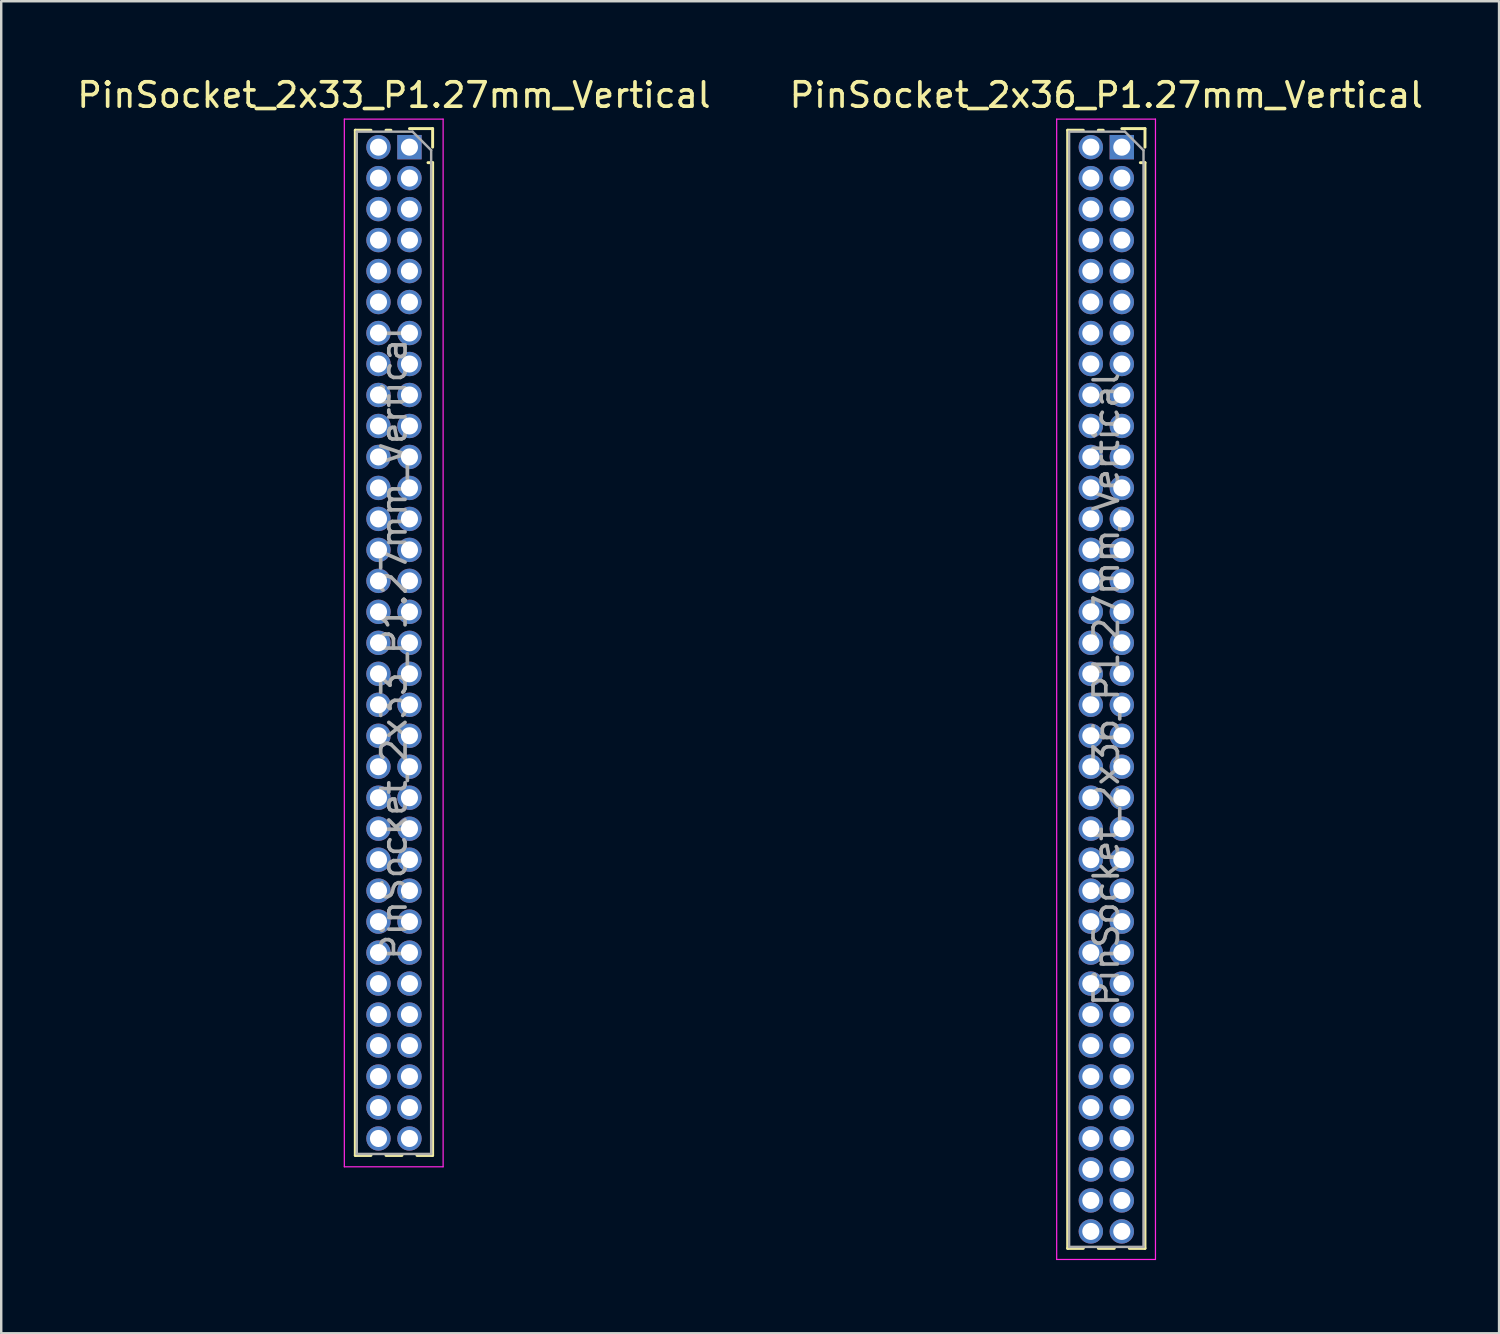
<source format=kicad_pcb>
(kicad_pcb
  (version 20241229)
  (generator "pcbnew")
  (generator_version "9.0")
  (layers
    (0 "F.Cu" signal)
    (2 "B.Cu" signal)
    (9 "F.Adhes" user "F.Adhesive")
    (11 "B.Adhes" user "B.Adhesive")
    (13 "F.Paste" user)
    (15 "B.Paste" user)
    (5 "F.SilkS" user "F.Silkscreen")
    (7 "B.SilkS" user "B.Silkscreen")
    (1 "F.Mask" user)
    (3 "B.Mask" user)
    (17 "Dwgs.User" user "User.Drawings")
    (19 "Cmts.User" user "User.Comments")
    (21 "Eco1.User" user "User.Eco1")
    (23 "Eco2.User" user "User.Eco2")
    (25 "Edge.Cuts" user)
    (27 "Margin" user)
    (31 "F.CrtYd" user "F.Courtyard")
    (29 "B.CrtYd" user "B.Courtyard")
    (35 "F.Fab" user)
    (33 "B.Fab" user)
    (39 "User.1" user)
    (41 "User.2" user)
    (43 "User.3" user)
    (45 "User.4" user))
  (footprint "PinSocket_2x36_P1.27mm_Vertical"
    (layer "F.Cu")
    (at 42.939 2.983)
    (property "Reference" "PinSocket_2x36_P1.27mm_Vertical" (at -0.635 -2.135 0) (layer "F.SilkS") (effects (font (size 1 1) (thickness 0.15))))
    (attr through_hole)
    (fp_line (start -2.22 -0.695) (end -2.22 45.145) (stroke (width 0.12) (type solid)) (layer "F.SilkS"))
    (fp_line (start -2.22 -0.695) (end -1.578 -0.695) (stroke (width 0.12) (type solid)) (layer "F.SilkS"))
    (fp_line (start -2.22 45.145) (end -1.578 45.145) (stroke (width 0.12) (type solid)) (layer "F.SilkS"))
    (fp_line (start -0.962 -0.695) (end -0.76 -0.695) (stroke (width 0.12) (type solid)) (layer "F.SilkS"))
    (fp_line (start -0.962 45.145) (end -0.308 45.145) (stroke (width 0.12) (type solid)) (layer "F.SilkS"))
    (fp_line (start 0 -0.76) (end 0.95 -0.76) (stroke (width 0.12) (type solid)) (layer "F.SilkS"))
    (fp_line (start 0.308 45.145) (end 0.95 45.145) (stroke (width 0.12) (type solid)) (layer "F.SilkS"))
    (fp_line (start 0.76 0.635) (end 0.95 0.635) (stroke (width 0.12) (type solid)) (layer "F.SilkS"))
    (fp_line (start 0.95 -0.76) (end 0.95 0) (stroke (width 0.12) (type solid)) (layer "F.SilkS"))
    (fp_line (start 0.95 0.635) (end 0.95 45.145) (stroke (width 0.12) (type solid)) (layer "F.SilkS"))
    (fp_line (start -2.67 -1.15) (end 1.38 -1.15) (stroke (width 0.05) (type solid)) (layer "F.CrtYd"))
    (fp_line (start -2.67 45.6) (end -2.67 -1.15) (stroke (width 0.05) (type solid)) (layer "F.CrtYd"))
    (fp_line (start 1.38 -1.15) (end 1.38 45.6) (stroke (width 0.05) (type solid)) (layer "F.CrtYd"))
    (fp_line (start 1.38 45.6) (end -2.67 45.6) (stroke (width 0.05) (type solid)) (layer "F.CrtYd"))
    (fp_line (start -2.16 -0.635) (end 0.128 -0.635) (stroke (width 0.1) (type solid)) (layer "F.Fab"))
    (fp_line (start -2.16 45.085) (end -2.16 -0.635) (stroke (width 0.1) (type solid)) (layer "F.Fab"))
    (fp_line (start 0.128 -0.635) (end 0.89 0.128) (stroke (width 0.1) (type solid)) (layer "F.Fab"))
    (fp_line (start 0.89 0.128) (end 0.89 45.085) (stroke (width 0.1) (type solid)) (layer "F.Fab"))
    (fp_line (start 0.89 45.085) (end -2.16 45.085) (stroke (width 0.1) (type solid)) (layer "F.Fab"))
    (fp_text user "${REFERENCE}" (at -0.635 22.225 90) (layer "F.Fab") (effects (font (size 1 1) (thickness 0.15))))
    (pad "1" thru_hole rect (at 0 0) (size 1 1) (drill 0.7) (layers "*.Cu" "*.Mask"))
    (pad "2" thru_hole oval (at -1.27 0) (size 1 1) (drill 0.7) (layers "*.Cu" "*.Mask"))
    (pad "3" thru_hole oval (at 0 1.27) (size 1 1) (drill 0.7) (layers "*.Cu" "*.Mask"))
    (pad "4" thru_hole oval (at -1.27 1.27) (size 1 1) (drill 0.7) (layers "*.Cu" "*.Mask"))
    (pad "5" thru_hole oval (at 0 2.54) (size 1 1) (drill 0.7) (layers "*.Cu" "*.Mask"))
    (pad "6" thru_hole oval (at -1.27 2.54) (size 1 1) (drill 0.7) (layers "*.Cu" "*.Mask"))
    (pad "7" thru_hole oval (at 0 3.81) (size 1 1) (drill 0.7) (layers "*.Cu" "*.Mask"))
    (pad "8" thru_hole oval (at -1.27 3.81) (size 1 1) (drill 0.7) (layers "*.Cu" "*.Mask"))
    (pad "9" thru_hole oval (at 0 5.08) (size 1 1) (drill 0.7) (layers "*.Cu" "*.Mask"))
    (pad "10" thru_hole oval (at -1.27 5.08) (size 1 1) (drill 0.7) (layers "*.Cu" "*.Mask"))
    (pad "11" thru_hole oval (at 0 6.35) (size 1 1) (drill 0.7) (layers "*.Cu" "*.Mask"))
    (pad "12" thru_hole oval (at -1.27 6.35) (size 1 1) (drill 0.7) (layers "*.Cu" "*.Mask"))
    (pad "13" thru_hole oval (at 0 7.62) (size 1 1) (drill 0.7) (layers "*.Cu" "*.Mask"))
    (pad "14" thru_hole oval (at -1.27 7.62) (size 1 1) (drill 0.7) (layers "*.Cu" "*.Mask"))
    (pad "15" thru_hole oval (at 0 8.89) (size 1 1) (drill 0.7) (layers "*.Cu" "*.Mask"))
    (pad "16" thru_hole oval (at -1.27 8.89) (size 1 1) (drill 0.7) (layers "*.Cu" "*.Mask"))
    (pad "17" thru_hole oval (at 0 10.16) (size 1 1) (drill 0.7) (layers "*.Cu" "*.Mask"))
    (pad "18" thru_hole oval (at -1.27 10.16) (size 1 1) (drill 0.7) (layers "*.Cu" "*.Mask"))
    (pad "19" thru_hole oval (at 0 11.43) (size 1 1) (drill 0.7) (layers "*.Cu" "*.Mask"))
    (pad "20" thru_hole oval (at -1.27 11.43) (size 1 1) (drill 0.7) (layers "*.Cu" "*.Mask"))
    (pad "21" thru_hole oval (at 0 12.7) (size 1 1) (drill 0.7) (layers "*.Cu" "*.Mask"))
    (pad "22" thru_hole oval (at -1.27 12.7) (size 1 1) (drill 0.7) (layers "*.Cu" "*.Mask"))
    (pad "23" thru_hole oval (at 0 13.97) (size 1 1) (drill 0.7) (layers "*.Cu" "*.Mask"))
    (pad "24" thru_hole oval (at -1.27 13.97) (size 1 1) (drill 0.7) (layers "*.Cu" "*.Mask"))
    (pad "25" thru_hole oval (at 0 15.24) (size 1 1) (drill 0.7) (layers "*.Cu" "*.Mask"))
    (pad "26" thru_hole oval (at -1.27 15.24) (size 1 1) (drill 0.7) (layers "*.Cu" "*.Mask"))
    (pad "27" thru_hole oval (at 0 16.51) (size 1 1) (drill 0.7) (layers "*.Cu" "*.Mask"))
    (pad "28" thru_hole oval (at -1.27 16.51) (size 1 1) (drill 0.7) (layers "*.Cu" "*.Mask"))
    (pad "29" thru_hole oval (at 0 17.78) (size 1 1) (drill 0.7) (layers "*.Cu" "*.Mask"))
    (pad "30" thru_hole oval (at -1.27 17.78) (size 1 1) (drill 0.7) (layers "*.Cu" "*.Mask"))
    (pad "31" thru_hole oval (at 0 19.05) (size 1 1) (drill 0.7) (layers "*.Cu" "*.Mask"))
    (pad "32" thru_hole oval (at -1.27 19.05) (size 1 1) (drill 0.7) (layers "*.Cu" "*.Mask"))
    (pad "33" thru_hole oval (at 0 20.32) (size 1 1) (drill 0.7) (layers "*.Cu" "*.Mask"))
    (pad "34" thru_hole oval (at -1.27 20.32) (size 1 1) (drill 0.7) (layers "*.Cu" "*.Mask"))
    (pad "35" thru_hole oval (at 0 21.59) (size 1 1) (drill 0.7) (layers "*.Cu" "*.Mask"))
    (pad "36" thru_hole oval (at -1.27 21.59) (size 1 1) (drill 0.7) (layers "*.Cu" "*.Mask"))
    (pad "37" thru_hole oval (at 0 22.86) (size 1 1) (drill 0.7) (layers "*.Cu" "*.Mask"))
    (pad "38" thru_hole oval (at -1.27 22.86) (size 1 1) (drill 0.7) (layers "*.Cu" "*.Mask"))
    (pad "39" thru_hole oval (at 0 24.13) (size 1 1) (drill 0.7) (layers "*.Cu" "*.Mask"))
    (pad "40" thru_hole oval (at -1.27 24.13) (size 1 1) (drill 0.7) (layers "*.Cu" "*.Mask"))
    (pad "41" thru_hole oval (at 0 25.4) (size 1 1) (drill 0.7) (layers "*.Cu" "*.Mask"))
    (pad "42" thru_hole oval (at -1.27 25.4) (size 1 1) (drill 0.7) (layers "*.Cu" "*.Mask"))
    (pad "43" thru_hole oval (at 0 26.67) (size 1 1) (drill 0.7) (layers "*.Cu" "*.Mask"))
    (pad "44" thru_hole oval (at -1.27 26.67) (size 1 1) (drill 0.7) (layers "*.Cu" "*.Mask"))
    (pad "45" thru_hole oval (at 0 27.94) (size 1 1) (drill 0.7) (layers "*.Cu" "*.Mask"))
    (pad "46" thru_hole oval (at -1.27 27.94) (size 1 1) (drill 0.7) (layers "*.Cu" "*.Mask"))
    (pad "47" thru_hole oval (at 0 29.21) (size 1 1) (drill 0.7) (layers "*.Cu" "*.Mask"))
    (pad "48" thru_hole oval (at -1.27 29.21) (size 1 1) (drill 0.7) (layers "*.Cu" "*.Mask"))
    (pad "49" thru_hole oval (at 0 30.48) (size 1 1) (drill 0.7) (layers "*.Cu" "*.Mask"))
    (pad "50" thru_hole oval (at -1.27 30.48) (size 1 1) (drill 0.7) (layers "*.Cu" "*.Mask"))
    (pad "51" thru_hole oval (at 0 31.75) (size 1 1) (drill 0.7) (layers "*.Cu" "*.Mask"))
    (pad "52" thru_hole oval (at -1.27 31.75) (size 1 1) (drill 0.7) (layers "*.Cu" "*.Mask"))
    (pad "53" thru_hole oval (at 0 33.02) (size 1 1) (drill 0.7) (layers "*.Cu" "*.Mask"))
    (pad "54" thru_hole oval (at -1.27 33.02) (size 1 1) (drill 0.7) (layers "*.Cu" "*.Mask"))
    (pad "55" thru_hole oval (at 0 34.29) (size 1 1) (drill 0.7) (layers "*.Cu" "*.Mask"))
    (pad "56" thru_hole oval (at -1.27 34.29) (size 1 1) (drill 0.7) (layers "*.Cu" "*.Mask"))
    (pad "57" thru_hole oval (at 0 35.56) (size 1 1) (drill 0.7) (layers "*.Cu" "*.Mask"))
    (pad "58" thru_hole oval (at -1.27 35.56) (size 1 1) (drill 0.7) (layers "*.Cu" "*.Mask"))
    (pad "59" thru_hole oval (at 0 36.83) (size 1 1) (drill 0.7) (layers "*.Cu" "*.Mask"))
    (pad "60" thru_hole oval (at -1.27 36.83) (size 1 1) (drill 0.7) (layers "*.Cu" "*.Mask"))
    (pad "61" thru_hole oval (at 0 38.1) (size 1 1) (drill 0.7) (layers "*.Cu" "*.Mask"))
    (pad "62" thru_hole oval (at -1.27 38.1) (size 1 1) (drill 0.7) (layers "*.Cu" "*.Mask"))
    (pad "63" thru_hole oval (at 0 39.37) (size 1 1) (drill 0.7) (layers "*.Cu" "*.Mask"))
    (pad "64" thru_hole oval (at -1.27 39.37) (size 1 1) (drill 0.7) (layers "*.Cu" "*.Mask"))
    (pad "65" thru_hole oval (at 0 40.64) (size 1 1) (drill 0.7) (layers "*.Cu" "*.Mask"))
    (pad "66" thru_hole oval (at -1.27 40.64) (size 1 1) (drill 0.7) (layers "*.Cu" "*.Mask"))
    (pad "67" thru_hole oval (at 0 41.91) (size 1 1) (drill 0.7) (layers "*.Cu" "*.Mask"))
    (pad "68" thru_hole oval (at -1.27 41.91) (size 1 1) (drill 0.7) (layers "*.Cu" "*.Mask"))
    (pad "69" thru_hole oval (at 0 43.18) (size 1 1) (drill 0.7) (layers "*.Cu" "*.Mask"))
    (pad "70" thru_hole oval (at -1.27 43.18) (size 1 1) (drill 0.7) (layers "*.Cu" "*.Mask"))
    (pad "71" thru_hole oval (at 0 44.45) (size 1 1) (drill 0.7) (layers "*.Cu" "*.Mask"))
    (pad "72" thru_hole oval (at -1.27 44.45) (size 1 1) (drill 0.7) (layers "*.Cu" "*.Mask")))
  (footprint "PinSocket_2x33_P1.27mm_Vertical"
    (layer "F.Cu")
    (at 13.736 2.983)
    (property "Reference" "PinSocket_2x33_P1.27mm_Vertical" (at -0.635 -2.135 0) (layer "F.SilkS") (effects (font (size 1 1) (thickness 0.15))))
    (attr through_hole)
    (fp_line (start -2.22 -0.695) (end -2.22 41.335) (stroke (width 0.12) (type solid)) (layer "F.SilkS"))
    (fp_line (start -2.22 -0.695) (end -1.578 -0.695) (stroke (width 0.12) (type solid)) (layer "F.SilkS"))
    (fp_line (start -2.22 41.335) (end -1.578 41.335) (stroke (width 0.12) (type solid)) (layer "F.SilkS"))
    (fp_line (start -0.962 -0.695) (end -0.76 -0.695) (stroke (width 0.12) (type solid)) (layer "F.SilkS"))
    (fp_line (start -0.962 41.335) (end -0.308 41.335) (stroke (width 0.12) (type solid)) (layer "F.SilkS"))
    (fp_line (start 0 -0.76) (end 0.95 -0.76) (stroke (width 0.12) (type solid)) (layer "F.SilkS"))
    (fp_line (start 0.308 41.335) (end 0.95 41.335) (stroke (width 0.12) (type solid)) (layer "F.SilkS"))
    (fp_line (start 0.76 0.635) (end 0.95 0.635) (stroke (width 0.12) (type solid)) (layer "F.SilkS"))
    (fp_line (start 0.95 -0.76) (end 0.95 0) (stroke (width 0.12) (type solid)) (layer "F.SilkS"))
    (fp_line (start 0.95 0.635) (end 0.95 41.335) (stroke (width 0.12) (type solid)) (layer "F.SilkS"))
    (fp_line (start -2.67 -1.15) (end 1.38 -1.15) (stroke (width 0.05) (type solid)) (layer "F.CrtYd"))
    (fp_line (start -2.67 41.8) (end -2.67 -1.15) (stroke (width 0.05) (type solid)) (layer "F.CrtYd"))
    (fp_line (start 1.38 -1.15) (end 1.38 41.8) (stroke (width 0.05) (type solid)) (layer "F.CrtYd"))
    (fp_line (start 1.38 41.8) (end -2.67 41.8) (stroke (width 0.05) (type solid)) (layer "F.CrtYd"))
    (fp_line (start -2.16 -0.635) (end 0.128 -0.635) (stroke (width 0.1) (type solid)) (layer "F.Fab"))
    (fp_line (start -2.16 41.275) (end -2.16 -0.635) (stroke (width 0.1) (type solid)) (layer "F.Fab"))
    (fp_line (start 0.128 -0.635) (end 0.89 0.128) (stroke (width 0.1) (type solid)) (layer "F.Fab"))
    (fp_line (start 0.89 0.128) (end 0.89 41.275) (stroke (width 0.1) (type solid)) (layer "F.Fab"))
    (fp_line (start 0.89 41.275) (end -2.16 41.275) (stroke (width 0.1) (type solid)) (layer "F.Fab"))
    (fp_text user "${REFERENCE}" (at -0.635 20.32 90) (layer "F.Fab") (effects (font (size 1 1) (thickness 0.15))))
    (pad "1" thru_hole rect (at 0 0) (size 1 1) (drill 0.7) (layers "*.Cu" "*.Mask"))
    (pad "2" thru_hole oval (at -1.27 0) (size 1 1) (drill 0.7) (layers "*.Cu" "*.Mask"))
    (pad "3" thru_hole oval (at 0 1.27) (size 1 1) (drill 0.7) (layers "*.Cu" "*.Mask"))
    (pad "4" thru_hole oval (at -1.27 1.27) (size 1 1) (drill 0.7) (layers "*.Cu" "*.Mask"))
    (pad "5" thru_hole oval (at 0 2.54) (size 1 1) (drill 0.7) (layers "*.Cu" "*.Mask"))
    (pad "6" thru_hole oval (at -1.27 2.54) (size 1 1) (drill 0.7) (layers "*.Cu" "*.Mask"))
    (pad "7" thru_hole oval (at 0 3.81) (size 1 1) (drill 0.7) (layers "*.Cu" "*.Mask"))
    (pad "8" thru_hole oval (at -1.27 3.81) (size 1 1) (drill 0.7) (layers "*.Cu" "*.Mask"))
    (pad "9" thru_hole oval (at 0 5.08) (size 1 1) (drill 0.7) (layers "*.Cu" "*.Mask"))
    (pad "10" thru_hole oval (at -1.27 5.08) (size 1 1) (drill 0.7) (layers "*.Cu" "*.Mask"))
    (pad "11" thru_hole oval (at 0 6.35) (size 1 1) (drill 0.7) (layers "*.Cu" "*.Mask"))
    (pad "12" thru_hole oval (at -1.27 6.35) (size 1 1) (drill 0.7) (layers "*.Cu" "*.Mask"))
    (pad "13" thru_hole oval (at 0 7.62) (size 1 1) (drill 0.7) (layers "*.Cu" "*.Mask"))
    (pad "14" thru_hole oval (at -1.27 7.62) (size 1 1) (drill 0.7) (layers "*.Cu" "*.Mask"))
    (pad "15" thru_hole oval (at 0 8.89) (size 1 1) (drill 0.7) (layers "*.Cu" "*.Mask"))
    (pad "16" thru_hole oval (at -1.27 8.89) (size 1 1) (drill 0.7) (layers "*.Cu" "*.Mask"))
    (pad "17" thru_hole oval (at 0 10.16) (size 1 1) (drill 0.7) (layers "*.Cu" "*.Mask"))
    (pad "18" thru_hole oval (at -1.27 10.16) (size 1 1) (drill 0.7) (layers "*.Cu" "*.Mask"))
    (pad "19" thru_hole oval (at 0 11.43) (size 1 1) (drill 0.7) (layers "*.Cu" "*.Mask"))
    (pad "20" thru_hole oval (at -1.27 11.43) (size 1 1) (drill 0.7) (layers "*.Cu" "*.Mask"))
    (pad "21" thru_hole oval (at 0 12.7) (size 1 1) (drill 0.7) (layers "*.Cu" "*.Mask"))
    (pad "22" thru_hole oval (at -1.27 12.7) (size 1 1) (drill 0.7) (layers "*.Cu" "*.Mask"))
    (pad "23" thru_hole oval (at 0 13.97) (size 1 1) (drill 0.7) (layers "*.Cu" "*.Mask"))
    (pad "24" thru_hole oval (at -1.27 13.97) (size 1 1) (drill 0.7) (layers "*.Cu" "*.Mask"))
    (pad "25" thru_hole oval (at 0 15.24) (size 1 1) (drill 0.7) (layers "*.Cu" "*.Mask"))
    (pad "26" thru_hole oval (at -1.27 15.24) (size 1 1) (drill 0.7) (layers "*.Cu" "*.Mask"))
    (pad "27" thru_hole oval (at 0 16.51) (size 1 1) (drill 0.7) (layers "*.Cu" "*.Mask"))
    (pad "28" thru_hole oval (at -1.27 16.51) (size 1 1) (drill 0.7) (layers "*.Cu" "*.Mask"))
    (pad "29" thru_hole oval (at 0 17.78) (size 1 1) (drill 0.7) (layers "*.Cu" "*.Mask"))
    (pad "30" thru_hole oval (at -1.27 17.78) (size 1 1) (drill 0.7) (layers "*.Cu" "*.Mask"))
    (pad "31" thru_hole oval (at 0 19.05) (size 1 1) (drill 0.7) (layers "*.Cu" "*.Mask"))
    (pad "32" thru_hole oval (at -1.27 19.05) (size 1 1) (drill 0.7) (layers "*.Cu" "*.Mask"))
    (pad "33" thru_hole oval (at 0 20.32) (size 1 1) (drill 0.7) (layers "*.Cu" "*.Mask"))
    (pad "34" thru_hole oval (at -1.27 20.32) (size 1 1) (drill 0.7) (layers "*.Cu" "*.Mask"))
    (pad "35" thru_hole oval (at 0 21.59) (size 1 1) (drill 0.7) (layers "*.Cu" "*.Mask"))
    (pad "36" thru_hole oval (at -1.27 21.59) (size 1 1) (drill 0.7) (layers "*.Cu" "*.Mask"))
    (pad "37" thru_hole oval (at 0 22.86) (size 1 1) (drill 0.7) (layers "*.Cu" "*.Mask"))
    (pad "38" thru_hole oval (at -1.27 22.86) (size 1 1) (drill 0.7) (layers "*.Cu" "*.Mask"))
    (pad "39" thru_hole oval (at 0 24.13) (size 1 1) (drill 0.7) (layers "*.Cu" "*.Mask"))
    (pad "40" thru_hole oval (at -1.27 24.13) (size 1 1) (drill 0.7) (layers "*.Cu" "*.Mask"))
    (pad "41" thru_hole oval (at 0 25.4) (size 1 1) (drill 0.7) (layers "*.Cu" "*.Mask"))
    (pad "42" thru_hole oval (at -1.27 25.4) (size 1 1) (drill 0.7) (layers "*.Cu" "*.Mask"))
    (pad "43" thru_hole oval (at 0 26.67) (size 1 1) (drill 0.7) (layers "*.Cu" "*.Mask"))
    (pad "44" thru_hole oval (at -1.27 26.67) (size 1 1) (drill 0.7) (layers "*.Cu" "*.Mask"))
    (pad "45" thru_hole oval (at 0 27.94) (size 1 1) (drill 0.7) (layers "*.Cu" "*.Mask"))
    (pad "46" thru_hole oval (at -1.27 27.94) (size 1 1) (drill 0.7) (layers "*.Cu" "*.Mask"))
    (pad "47" thru_hole oval (at 0 29.21) (size 1 1) (drill 0.7) (layers "*.Cu" "*.Mask"))
    (pad "48" thru_hole oval (at -1.27 29.21) (size 1 1) (drill 0.7) (layers "*.Cu" "*.Mask"))
    (pad "49" thru_hole oval (at 0 30.48) (size 1 1) (drill 0.7) (layers "*.Cu" "*.Mask"))
    (pad "50" thru_hole oval (at -1.27 30.48) (size 1 1) (drill 0.7) (layers "*.Cu" "*.Mask"))
    (pad "51" thru_hole oval (at 0 31.75) (size 1 1) (drill 0.7) (layers "*.Cu" "*.Mask"))
    (pad "52" thru_hole oval (at -1.27 31.75) (size 1 1) (drill 0.7) (layers "*.Cu" "*.Mask"))
    (pad "53" thru_hole oval (at 0 33.02) (size 1 1) (drill 0.7) (layers "*.Cu" "*.Mask"))
    (pad "54" thru_hole oval (at -1.27 33.02) (size 1 1) (drill 0.7) (layers "*.Cu" "*.Mask"))
    (pad "55" thru_hole oval (at 0 34.29) (size 1 1) (drill 0.7) (layers "*.Cu" "*.Mask"))
    (pad "56" thru_hole oval (at -1.27 34.29) (size 1 1) (drill 0.7) (layers "*.Cu" "*.Mask"))
    (pad "57" thru_hole oval (at 0 35.56) (size 1 1) (drill 0.7) (layers "*.Cu" "*.Mask"))
    (pad "58" thru_hole oval (at -1.27 35.56) (size 1 1) (drill 0.7) (layers "*.Cu" "*.Mask"))
    (pad "59" thru_hole oval (at 0 36.83) (size 1 1) (drill 0.7) (layers "*.Cu" "*.Mask"))
    (pad "60" thru_hole oval (at -1.27 36.83) (size 1 1) (drill 0.7) (layers "*.Cu" "*.Mask"))
    (pad "61" thru_hole oval (at 0 38.1) (size 1 1) (drill 0.7) (layers "*.Cu" "*.Mask"))
    (pad "62" thru_hole oval (at -1.27 38.1) (size 1 1) (drill 0.7) (layers "*.Cu" "*.Mask"))
    (pad "63" thru_hole oval (at 0 39.37) (size 1 1) (drill 0.7) (layers "*.Cu" "*.Mask"))
    (pad "64" thru_hole oval (at -1.27 39.37) (size 1 1) (drill 0.7) (layers "*.Cu" "*.Mask"))
    (pad "65" thru_hole oval (at 0 40.64) (size 1 1) (drill 0.7) (layers "*.Cu" "*.Mask"))
    (pad "66" thru_hole oval (at -1.27 40.64) (size 1 1) (drill 0.7) (layers "*.Cu" "*.Mask")))
  (gr_rect
    (start -3 -3)
    (end 58.405 51.608)
    (stroke (width 0.1) (type default))
    (fill no)
    (layer "Edge.Cuts")))
</source>
